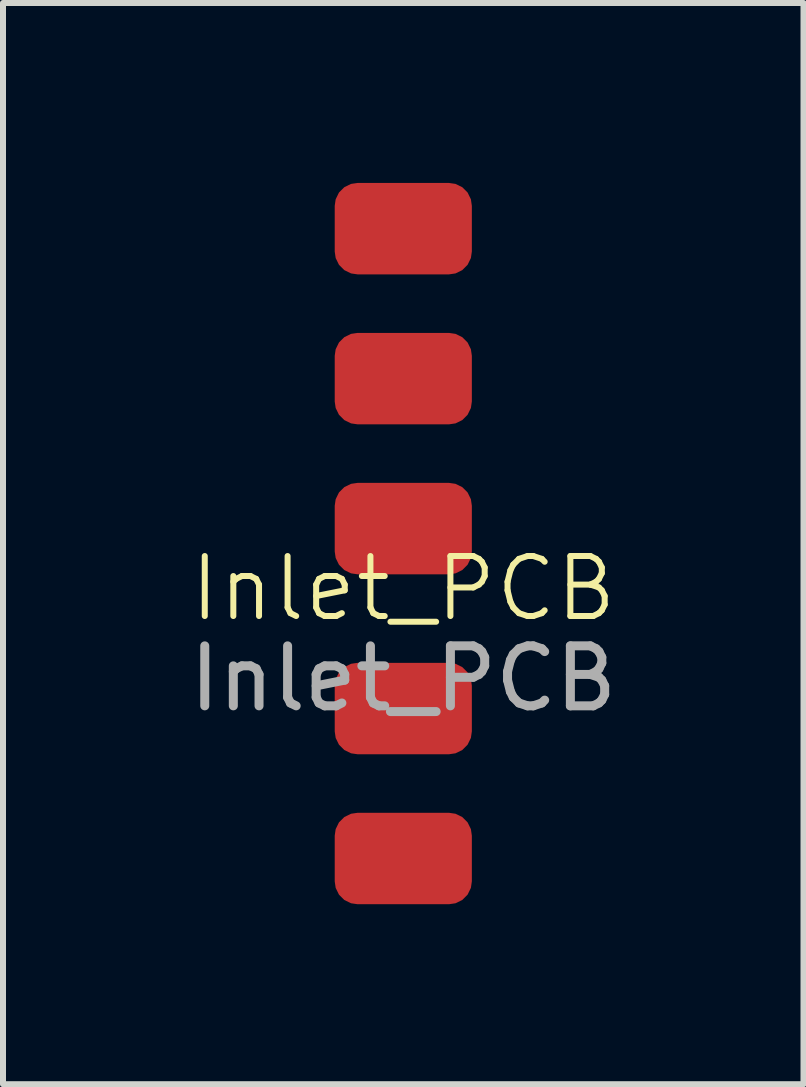
<source format=kicad_pcb>
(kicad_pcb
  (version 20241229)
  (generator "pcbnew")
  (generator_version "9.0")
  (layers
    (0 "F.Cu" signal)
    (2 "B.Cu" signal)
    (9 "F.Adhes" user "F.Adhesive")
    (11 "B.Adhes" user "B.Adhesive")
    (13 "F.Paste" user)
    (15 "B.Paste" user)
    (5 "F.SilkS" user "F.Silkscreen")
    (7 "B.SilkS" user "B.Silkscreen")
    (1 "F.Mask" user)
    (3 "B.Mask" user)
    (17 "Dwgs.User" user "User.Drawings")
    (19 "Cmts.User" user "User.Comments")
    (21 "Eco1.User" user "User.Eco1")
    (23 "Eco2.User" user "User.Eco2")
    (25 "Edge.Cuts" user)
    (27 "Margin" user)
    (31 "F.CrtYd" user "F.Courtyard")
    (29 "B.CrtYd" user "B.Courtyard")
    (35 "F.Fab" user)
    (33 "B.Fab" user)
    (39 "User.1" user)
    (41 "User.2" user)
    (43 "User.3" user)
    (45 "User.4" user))
  (footprint "Inlet_PCB"
    (layer "F.Cu")
    (at 3.673 5.762)
    (property "Reference" "Inlet_PCB" (at 0 1 0) (unlocked yes) (layer "F.SilkS") (effects (font (size 1 1) (thickness 0.1))))
    (attr smd)
    (fp_text user "${REFERENCE}" (at 0 2.5 0) (unlocked yes) (layer "F.Fab") (effects (font (size 1 1) (thickness 0.15))))
    (pad "1" smd roundrect (at 0 -5) (size 2.286 1.524) (layers "F.Cu" "F.Mask" "F.Paste") (roundrect_rratio 0.25))
    (pad "2" smd roundrect (at 0 -2.5) (size 2.286 1.524) (layers "F.Cu" "F.Mask" "F.Paste") (roundrect_rratio 0.25))
    (pad "3" smd roundrect (at 0 0) (size 2.286 1.524) (layers "F.Cu" "F.Mask" "F.Paste") (roundrect_rratio 0.25))
    (pad "4" smd roundrect (at 0 3) (size 2.286 1.524) (layers "F.Cu" "F.Mask" "F.Paste") (roundrect_rratio 0.25))
    (pad "5" smd roundrect (at 0 5.5) (size 2.286 1.524) (layers "F.Cu" "F.Mask" "F.Paste") (roundrect_rratio 0.25)))
  (gr_rect
    (start -3 -3)
    (end 10.345 15.024)
    (stroke (width 0.1) (type default))
    (fill no)
    (layer "Edge.Cuts")))
</source>
